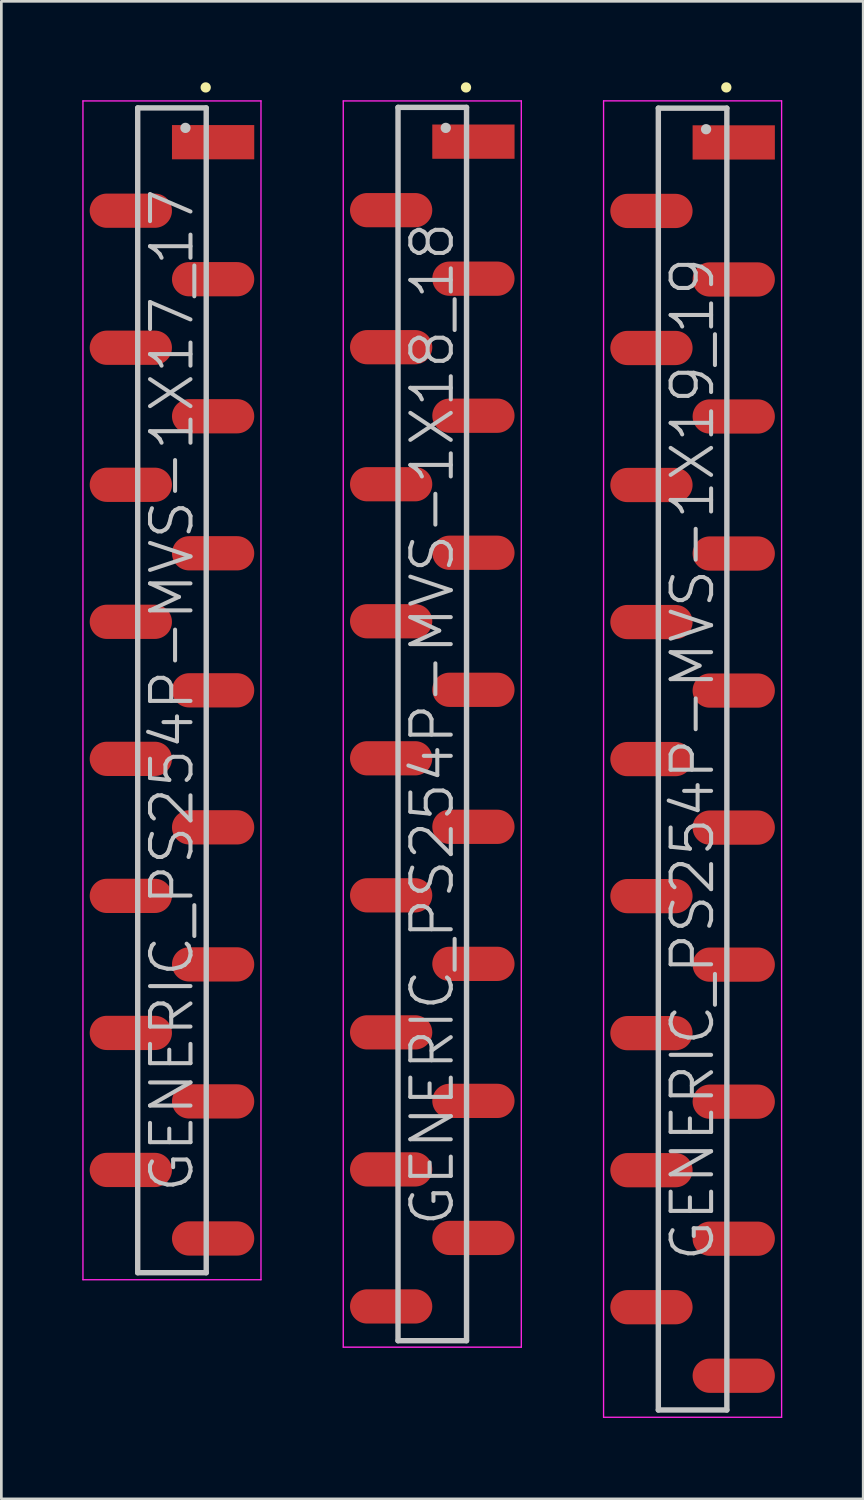
<source format=kicad_pcb>
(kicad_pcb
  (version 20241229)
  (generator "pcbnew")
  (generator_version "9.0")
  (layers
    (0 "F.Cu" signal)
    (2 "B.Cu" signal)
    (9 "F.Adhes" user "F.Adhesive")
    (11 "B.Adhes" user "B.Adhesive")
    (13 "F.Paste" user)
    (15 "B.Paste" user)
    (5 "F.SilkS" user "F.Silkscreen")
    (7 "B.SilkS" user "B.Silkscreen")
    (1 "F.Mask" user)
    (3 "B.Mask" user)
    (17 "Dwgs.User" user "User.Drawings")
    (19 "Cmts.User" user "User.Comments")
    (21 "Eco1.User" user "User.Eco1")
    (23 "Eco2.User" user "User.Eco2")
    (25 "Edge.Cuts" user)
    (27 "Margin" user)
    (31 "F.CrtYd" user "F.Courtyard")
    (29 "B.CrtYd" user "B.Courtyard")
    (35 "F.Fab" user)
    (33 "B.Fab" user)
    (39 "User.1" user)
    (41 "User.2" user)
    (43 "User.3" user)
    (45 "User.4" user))
  (footprint "GENERIC_PS254P-MVS-1X18_18"
    (layer "F.Cu")
    (at 12.975 23.791)
    (property "Reference" "GENERIC_PS254P-MVS-1X18_18" (at 0 0 90) (layer "Dwgs.User") (effects (font (size 1.5 1.5) (thickness 0.15))))
    (attr smd)
    (fp_line (start 1.25 -23.6) (end 1.25 -23.6) (stroke (width 0.381) (type solid)) (layer "F.SilkS"))
    (fp_line (start -1.27 -22.86) (end -1.27 22.86) (stroke (width 0.2) (type solid)) (layer "Dwgs.User"))
    (fp_line (start -1.27 -22.86) (end 1.27 -22.86) (stroke (width 0.2) (type solid)) (layer "Dwgs.User"))
    (fp_line (start -1.27 22.86) (end 1.27 22.86) (stroke (width 0.2) (type solid)) (layer "Dwgs.User"))
    (fp_line (start 0.5 -22.1) (end 0.5 -22.1) (stroke (width 0.381) (type solid)) (layer "Dwgs.User"))
    (fp_line (start 1.27 -22.86) (end 1.27 22.86) (stroke (width 0.2) (type solid)) (layer "Dwgs.User"))
    (fp_line (start -3.3 -23.1) (end -3.3 23.1) (stroke (width 0.05) (type solid)) (layer "F.CrtYd"))
    (fp_line (start -3.3 -23.1) (end 3.3 -23.1) (stroke (width 0.05) (type solid)) (layer "F.CrtYd"))
    (fp_line (start -3.3 23.1) (end 3.3 23.1) (stroke (width 0.05) (type solid)) (layer "F.CrtYd"))
    (fp_line (start 3.3 -23.1) (end 3.3 23.1) (stroke (width 0.05) (type solid)) (layer "F.CrtYd"))
    (pad "1" smd rect (at 1.525 -21.59 90) (size 1.27 3.05) (layers "F.Cu" "F.Mask" "F.Paste"))
    (pad "2" smd oval (at -1.525 -19.05 90) (size 1.27 3.05) (layers "F.Cu" "F.Mask" "F.Paste"))
    (pad "3" smd oval (at 1.525 -16.51 90) (size 1.27 3.05) (layers "F.Cu" "F.Mask" "F.Paste"))
    (pad "4" smd oval (at -1.525 -13.97 90) (size 1.27 3.05) (layers "F.Cu" "F.Mask" "F.Paste"))
    (pad "5" smd oval (at 1.525 -11.43 90) (size 1.27 3.05) (layers "F.Cu" "F.Mask" "F.Paste"))
    (pad "6" smd oval (at -1.525 -8.89 90) (size 1.27 3.05) (layers "F.Cu" "F.Mask" "F.Paste"))
    (pad "7" smd oval (at 1.525 -6.35 90) (size 1.27 3.05) (layers "F.Cu" "F.Mask" "F.Paste"))
    (pad "8" smd oval (at -1.525 -3.81 90) (size 1.27 3.05) (layers "F.Cu" "F.Mask" "F.Paste"))
    (pad "9" smd oval (at 1.525 -1.27 90) (size 1.27 3.05) (layers "F.Cu" "F.Mask" "F.Paste"))
    (pad "10" smd oval (at -1.525 1.27 90) (size 1.27 3.05) (layers "F.Cu" "F.Mask" "F.Paste"))
    (pad "11" smd oval (at 1.525 3.81 90) (size 1.27 3.05) (layers "F.Cu" "F.Mask" "F.Paste"))
    (pad "12" smd oval (at -1.525 6.35 90) (size 1.27 3.05) (layers "F.Cu" "F.Mask" "F.Paste"))
    (pad "13" smd oval (at 1.525 8.89 90) (size 1.27 3.05) (layers "F.Cu" "F.Mask" "F.Paste"))
    (pad "14" smd oval (at -1.525 11.43 90) (size 1.27 3.05) (layers "F.Cu" "F.Mask" "F.Paste"))
    (pad "15" smd oval (at 1.525 13.97 90) (size 1.27 3.05) (layers "F.Cu" "F.Mask" "F.Paste"))
    (pad "16" smd oval (at -1.525 16.51 90) (size 1.27 3.05) (layers "F.Cu" "F.Mask" "F.Paste"))
    (pad "17" smd oval (at 1.525 19.05 90) (size 1.27 3.05) (layers "F.Cu" "F.Mask" "F.Paste"))
    (pad "18" smd oval (at -1.525 21.59 90) (size 1.27 3.05) (layers "F.Cu" "F.Mask" "F.Paste")))
  (footprint "GENERIC_PS254P-MVS-1X17_17"
    (layer "F.Cu")
    (at 3.325 22.541)
    (property "Reference" "GENERIC_PS254P-MVS-1X17_17" (at 0 0 90) (layer "Dwgs.User") (effects (font (size 1.5 1.5) (thickness 0.15))))
    (attr smd)
    (fp_line (start 1.25 -22.35) (end 1.25 -22.35) (stroke (width 0.381) (type solid)) (layer "F.SilkS"))
    (fp_line (start -1.27 -21.59) (end -1.27 21.59) (stroke (width 0.2) (type solid)) (layer "Dwgs.User"))
    (fp_line (start -1.27 -21.59) (end 1.27 -21.59) (stroke (width 0.2) (type solid)) (layer "Dwgs.User"))
    (fp_line (start -1.27 21.59) (end 1.27 21.59) (stroke (width 0.2) (type solid)) (layer "Dwgs.User"))
    (fp_line (start 0.5 -20.85) (end 0.5 -20.85) (stroke (width 0.381) (type solid)) (layer "Dwgs.User"))
    (fp_line (start 1.27 -21.59) (end 1.27 21.59) (stroke (width 0.2) (type solid)) (layer "Dwgs.User"))
    (fp_line (start -3.3 -21.85) (end -3.3 21.85) (stroke (width 0.05) (type solid)) (layer "F.CrtYd"))
    (fp_line (start -3.3 -21.85) (end 3.3 -21.85) (stroke (width 0.05) (type solid)) (layer "F.CrtYd"))
    (fp_line (start -3.3 21.85) (end 3.3 21.85) (stroke (width 0.05) (type solid)) (layer "F.CrtYd"))
    (fp_line (start 3.3 -21.85) (end 3.3 21.85) (stroke (width 0.05) (type solid)) (layer "F.CrtYd"))
    (pad "1" smd rect (at 1.525 -20.32 90) (size 1.27 3.05) (layers "F.Cu" "F.Mask" "F.Paste"))
    (pad "2" smd oval (at -1.525 -17.78 90) (size 1.27 3.05) (layers "F.Cu" "F.Mask" "F.Paste"))
    (pad "3" smd oval (at 1.525 -15.24 90) (size 1.27 3.05) (layers "F.Cu" "F.Mask" "F.Paste"))
    (pad "4" smd oval (at -1.525 -12.7 90) (size 1.27 3.05) (layers "F.Cu" "F.Mask" "F.Paste"))
    (pad "5" smd oval (at 1.525 -10.16 90) (size 1.27 3.05) (layers "F.Cu" "F.Mask" "F.Paste"))
    (pad "6" smd oval (at -1.525 -7.62 90) (size 1.27 3.05) (layers "F.Cu" "F.Mask" "F.Paste"))
    (pad "7" smd oval (at 1.525 -5.08 90) (size 1.27 3.05) (layers "F.Cu" "F.Mask" "F.Paste"))
    (pad "8" smd oval (at -1.525 -2.54 90) (size 1.27 3.05) (layers "F.Cu" "F.Mask" "F.Paste"))
    (pad "9" smd oval (at 1.525 0 90) (size 1.27 3.05) (layers "F.Cu" "F.Mask" "F.Paste"))
    (pad "10" smd oval (at -1.525 2.54 90) (size 1.27 3.05) (layers "F.Cu" "F.Mask" "F.Paste"))
    (pad "11" smd oval (at 1.525 5.08 90) (size 1.27 3.05) (layers "F.Cu" "F.Mask" "F.Paste"))
    (pad "12" smd oval (at -1.525 7.62 90) (size 1.27 3.05) (layers "F.Cu" "F.Mask" "F.Paste"))
    (pad "13" smd oval (at 1.525 10.16 90) (size 1.27 3.05) (layers "F.Cu" "F.Mask" "F.Paste"))
    (pad "14" smd oval (at -1.525 12.7 90) (size 1.27 3.05) (layers "F.Cu" "F.Mask" "F.Paste"))
    (pad "15" smd oval (at 1.525 15.24 90) (size 1.27 3.05) (layers "F.Cu" "F.Mask" "F.Paste"))
    (pad "16" smd oval (at -1.525 17.78 90) (size 1.27 3.05) (layers "F.Cu" "F.Mask" "F.Paste"))
    (pad "17" smd oval (at 1.525 20.32 90) (size 1.27 3.05) (layers "F.Cu" "F.Mask" "F.Paste")))
  (footprint "GENERIC_PS254P-MVS-1X19_19"
    (layer "F.Cu")
    (at 22.625 25.09)
    (property "Reference" "GENERIC_PS254P-MVS-1X19_19" (at 0 0 90) (layer "Dwgs.User") (effects (font (size 1.5 1.5) (thickness 0.15))))
    (attr smd)
    (fp_line (start 1.25 -24.9) (end 1.25 -24.9) (stroke (width 0.381) (type solid)) (layer "F.SilkS"))
    (fp_line (start -1.27 -24.13) (end -1.27 24.13) (stroke (width 0.2) (type solid)) (layer "Dwgs.User"))
    (fp_line (start -1.27 -24.13) (end 1.27 -24.13) (stroke (width 0.2) (type solid)) (layer "Dwgs.User"))
    (fp_line (start -1.27 24.13) (end 1.27 24.13) (stroke (width 0.2) (type solid)) (layer "Dwgs.User"))
    (fp_line (start 0.5 -23.35) (end 0.5 -23.35) (stroke (width 0.381) (type solid)) (layer "Dwgs.User"))
    (fp_line (start 1.27 -24.13) (end 1.27 24.13) (stroke (width 0.2) (type solid)) (layer "Dwgs.User"))
    (fp_line (start -3.3 -24.4) (end -3.3 24.4) (stroke (width 0.05) (type solid)) (layer "F.CrtYd"))
    (fp_line (start -3.3 -24.4) (end 3.3 -24.4) (stroke (width 0.05) (type solid)) (layer "F.CrtYd"))
    (fp_line (start -3.3 24.4) (end 3.3 24.4) (stroke (width 0.05) (type solid)) (layer "F.CrtYd"))
    (fp_line (start 3.3 -24.4) (end 3.3 24.4) (stroke (width 0.05) (type solid)) (layer "F.CrtYd"))
    (pad "1" smd rect (at 1.525 -22.86 90) (size 1.27 3.05) (layers "F.Cu" "F.Mask" "F.Paste"))
    (pad "2" smd oval (at -1.525 -20.32 90) (size 1.27 3.05) (layers "F.Cu" "F.Mask" "F.Paste"))
    (pad "3" smd oval (at 1.525 -17.78 90) (size 1.27 3.05) (layers "F.Cu" "F.Mask" "F.Paste"))
    (pad "4" smd oval (at -1.525 -15.24 90) (size 1.27 3.05) (layers "F.Cu" "F.Mask" "F.Paste"))
    (pad "5" smd oval (at 1.525 -12.7 90) (size 1.27 3.05) (layers "F.Cu" "F.Mask" "F.Paste"))
    (pad "6" smd oval (at -1.525 -10.16 90) (size 1.27 3.05) (layers "F.Cu" "F.Mask" "F.Paste"))
    (pad "7" smd oval (at 1.525 -7.62 90) (size 1.27 3.05) (layers "F.Cu" "F.Mask" "F.Paste"))
    (pad "8" smd oval (at -1.525 -5.08 90) (size 1.27 3.05) (layers "F.Cu" "F.Mask" "F.Paste"))
    (pad "9" smd oval (at 1.525 -2.54 90) (size 1.27 3.05) (layers "F.Cu" "F.Mask" "F.Paste"))
    (pad "10" smd oval (at -1.525 0 90) (size 1.27 3.05) (layers "F.Cu" "F.Mask" "F.Paste"))
    (pad "11" smd oval (at 1.525 2.54 90) (size 1.27 3.05) (layers "F.Cu" "F.Mask" "F.Paste"))
    (pad "12" smd oval (at -1.525 5.08 90) (size 1.27 3.05) (layers "F.Cu" "F.Mask" "F.Paste"))
    (pad "13" smd oval (at 1.525 7.62 90) (size 1.27 3.05) (layers "F.Cu" "F.Mask" "F.Paste"))
    (pad "14" smd oval (at -1.525 10.16 90) (size 1.27 3.05) (layers "F.Cu" "F.Mask" "F.Paste"))
    (pad "15" smd oval (at 1.525 12.7 90) (size 1.27 3.05) (layers "F.Cu" "F.Mask" "F.Paste"))
    (pad "16" smd oval (at -1.525 15.24 90) (size 1.27 3.05) (layers "F.Cu" "F.Mask" "F.Paste"))
    (pad "17" smd oval (at 1.525 17.78 90) (size 1.27 3.05) (layers "F.Cu" "F.Mask" "F.Paste"))
    (pad "18" smd oval (at -1.525 20.32 90) (size 1.27 3.05) (layers "F.Cu" "F.Mask" "F.Paste"))
    (pad "19" smd oval (at 1.525 22.86 90) (size 1.27 3.05) (layers "F.Cu" "F.Mask" "F.Paste")))
  (gr_rect
    (start -3 -3)
    (end 28.95 52.516)
    (stroke (width 0.1) (type default))
    (fill no)
    (layer "Edge.Cuts")))
</source>
